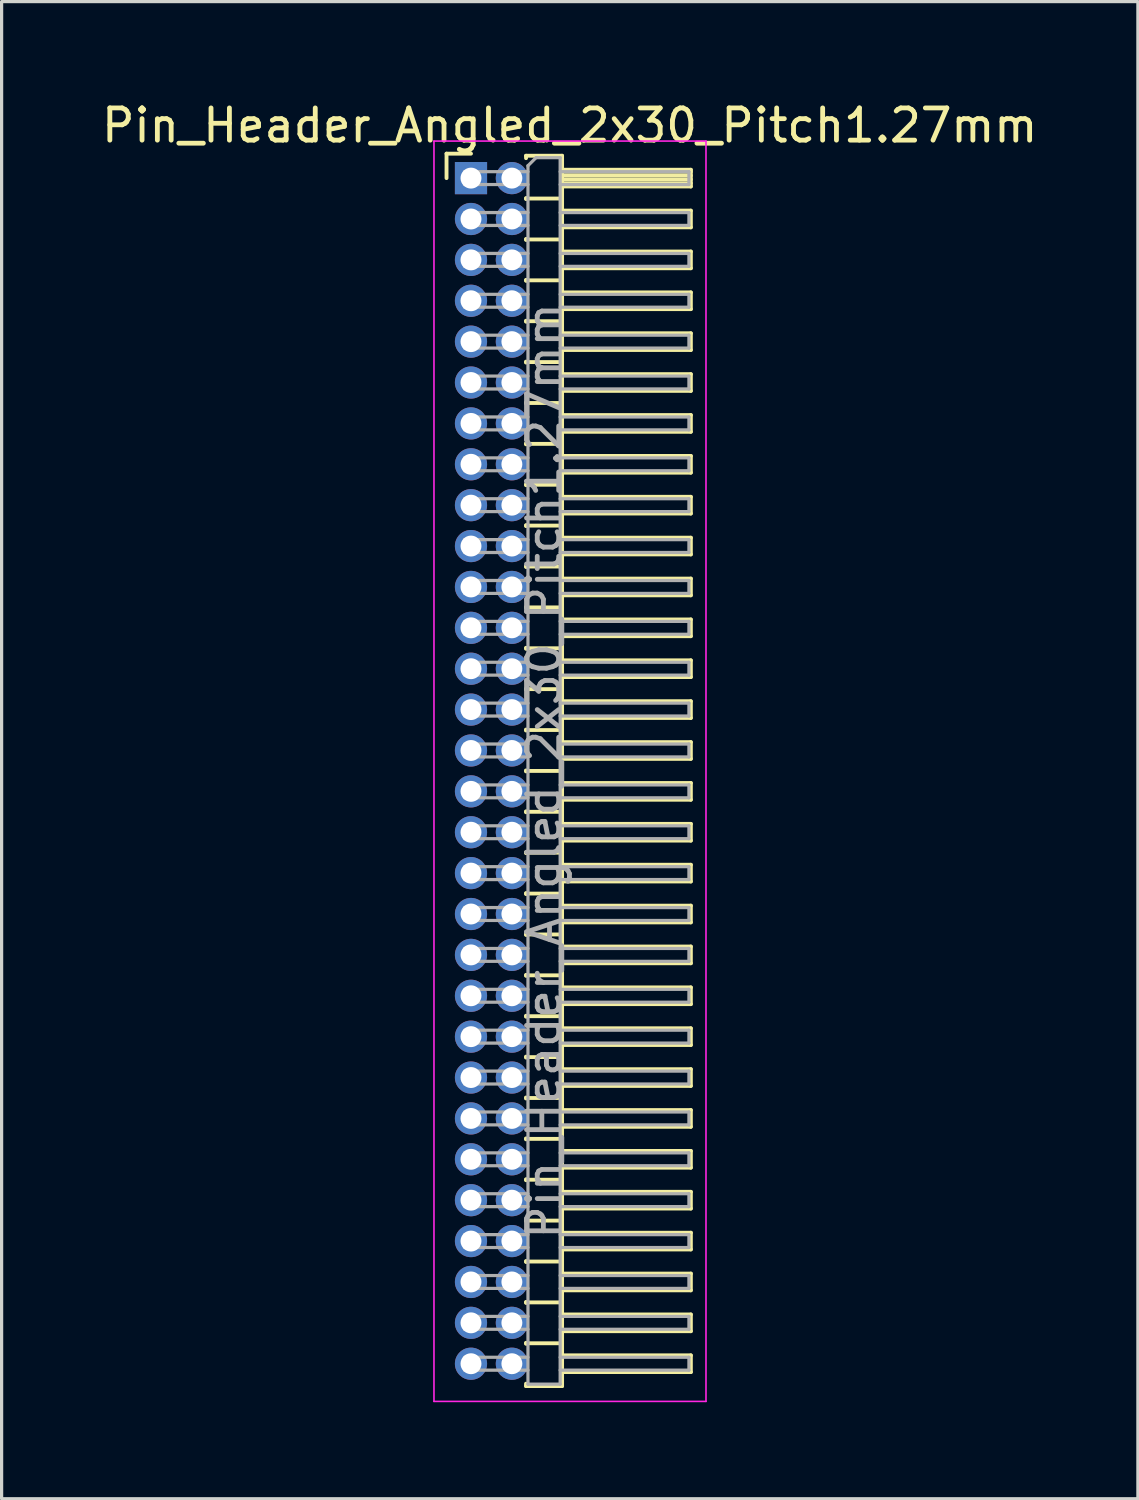
<source format=kicad_pcb>
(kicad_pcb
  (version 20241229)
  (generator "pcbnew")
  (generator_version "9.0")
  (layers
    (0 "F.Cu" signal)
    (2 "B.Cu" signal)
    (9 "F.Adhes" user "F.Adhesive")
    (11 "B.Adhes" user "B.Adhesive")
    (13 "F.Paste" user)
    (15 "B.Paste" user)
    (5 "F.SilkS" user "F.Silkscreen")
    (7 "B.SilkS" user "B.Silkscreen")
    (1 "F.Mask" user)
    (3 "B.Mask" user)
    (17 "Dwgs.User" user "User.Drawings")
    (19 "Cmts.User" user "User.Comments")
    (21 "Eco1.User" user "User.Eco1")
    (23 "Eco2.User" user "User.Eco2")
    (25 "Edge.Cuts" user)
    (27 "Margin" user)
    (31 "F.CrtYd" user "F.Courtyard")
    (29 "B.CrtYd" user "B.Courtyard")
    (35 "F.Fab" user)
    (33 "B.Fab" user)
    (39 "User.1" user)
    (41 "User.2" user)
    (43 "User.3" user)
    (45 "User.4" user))
  (footprint "Pin_Header_Angled_2x30_Pitch1.27mm"
    (layer "F.Cu")
    (at 11.581 2.483)
    (property "Reference" "Pin_Header_Angled_2x30_Pitch1.27mm" (at 3.067 -1.635 0) (layer "F.SilkS") (effects (font (size 1 1) (thickness 0.15))))
    (attr through_hole)
    (fp_line (start -0.76 -0.76) (end 0 -0.76) (stroke (width 0.12) (type solid)) (layer "F.SilkS"))
    (fp_line (start -0.76 0) (end -0.76 -0.76) (stroke (width 0.12) (type solid)) (layer "F.SilkS"))
    (fp_line (start 1.71 -0.695) (end 2.83 -0.695) (stroke (width 0.12) (type solid)) (layer "F.SilkS"))
    (fp_line (start 1.71 -0.62) (end 1.71 -0.695) (stroke (width 0.12) (type solid)) (layer "F.SilkS"))
    (fp_line (start 1.71 0.62) (end 1.71 0.65) (stroke (width 0.12) (type solid)) (layer "F.SilkS"))
    (fp_line (start 1.71 0.635) (end 2.83 0.635) (stroke (width 0.12) (type solid)) (layer "F.SilkS"))
    (fp_line (start 1.71 1.89) (end 1.71 1.92) (stroke (width 0.12) (type solid)) (layer "F.SilkS"))
    (fp_line (start 1.71 1.905) (end 2.83 1.905) (stroke (width 0.12) (type solid)) (layer "F.SilkS"))
    (fp_line (start 1.71 3.16) (end 1.71 3.19) (stroke (width 0.12) (type solid)) (layer "F.SilkS"))
    (fp_line (start 1.71 3.175) (end 2.83 3.175) (stroke (width 0.12) (type solid)) (layer "F.SilkS"))
    (fp_line (start 1.71 4.43) (end 1.71 4.46) (stroke (width 0.12) (type solid)) (layer "F.SilkS"))
    (fp_line (start 1.71 4.445) (end 2.83 4.445) (stroke (width 0.12) (type solid)) (layer "F.SilkS"))
    (fp_line (start 1.71 5.7) (end 1.71 5.73) (stroke (width 0.12) (type solid)) (layer "F.SilkS"))
    (fp_line (start 1.71 5.715) (end 2.83 5.715) (stroke (width 0.12) (type solid)) (layer "F.SilkS"))
    (fp_line (start 1.71 6.97) (end 1.71 7) (stroke (width 0.12) (type solid)) (layer "F.SilkS"))
    (fp_line (start 1.71 6.985) (end 2.83 6.985) (stroke (width 0.12) (type solid)) (layer "F.SilkS"))
    (fp_line (start 1.71 8.24) (end 1.71 8.27) (stroke (width 0.12) (type solid)) (layer "F.SilkS"))
    (fp_line (start 1.71 8.255) (end 2.83 8.255) (stroke (width 0.12) (type solid)) (layer "F.SilkS"))
    (fp_line (start 1.71 9.51) (end 1.71 9.54) (stroke (width 0.12) (type solid)) (layer "F.SilkS"))
    (fp_line (start 1.71 9.525) (end 2.83 9.525) (stroke (width 0.12) (type solid)) (layer "F.SilkS"))
    (fp_line (start 1.71 10.78) (end 1.71 10.81) (stroke (width 0.12) (type solid)) (layer "F.SilkS"))
    (fp_line (start 1.71 10.795) (end 2.83 10.795) (stroke (width 0.12) (type solid)) (layer "F.SilkS"))
    (fp_line (start 1.71 12.05) (end 1.71 12.08) (stroke (width 0.12) (type solid)) (layer "F.SilkS"))
    (fp_line (start 1.71 12.065) (end 2.83 12.065) (stroke (width 0.12) (type solid)) (layer "F.SilkS"))
    (fp_line (start 1.71 13.32) (end 1.71 13.35) (stroke (width 0.12) (type solid)) (layer "F.SilkS"))
    (fp_line (start 1.71 13.335) (end 2.83 13.335) (stroke (width 0.12) (type solid)) (layer "F.SilkS"))
    (fp_line (start 1.71 14.59) (end 1.71 14.62) (stroke (width 0.12) (type solid)) (layer "F.SilkS"))
    (fp_line (start 1.71 14.605) (end 2.83 14.605) (stroke (width 0.12) (type solid)) (layer "F.SilkS"))
    (fp_line (start 1.71 15.86) (end 1.71 15.89) (stroke (width 0.12) (type solid)) (layer "F.SilkS"))
    (fp_line (start 1.71 15.875) (end 2.83 15.875) (stroke (width 0.12) (type solid)) (layer "F.SilkS"))
    (fp_line (start 1.71 17.13) (end 1.71 17.16) (stroke (width 0.12) (type solid)) (layer "F.SilkS"))
    (fp_line (start 1.71 17.145) (end 2.83 17.145) (stroke (width 0.12) (type solid)) (layer "F.SilkS"))
    (fp_line (start 1.71 18.4) (end 1.71 18.43) (stroke (width 0.12) (type solid)) (layer "F.SilkS"))
    (fp_line (start 1.71 18.415) (end 2.83 18.415) (stroke (width 0.12) (type solid)) (layer "F.SilkS"))
    (fp_line (start 1.71 19.67) (end 1.71 19.7) (stroke (width 0.12) (type solid)) (layer "F.SilkS"))
    (fp_line (start 1.71 19.685) (end 2.83 19.685) (stroke (width 0.12) (type solid)) (layer "F.SilkS"))
    (fp_line (start 1.71 20.94) (end 1.71 20.97) (stroke (width 0.12) (type solid)) (layer "F.SilkS"))
    (fp_line (start 1.71 20.955) (end 2.83 20.955) (stroke (width 0.12) (type solid)) (layer "F.SilkS"))
    (fp_line (start 1.71 22.21) (end 1.71 22.24) (stroke (width 0.12) (type solid)) (layer "F.SilkS"))
    (fp_line (start 1.71 22.225) (end 2.83 22.225) (stroke (width 0.12) (type solid)) (layer "F.SilkS"))
    (fp_line (start 1.71 23.48) (end 1.71 23.51) (stroke (width 0.12) (type solid)) (layer "F.SilkS"))
    (fp_line (start 1.71 23.495) (end 2.83 23.495) (stroke (width 0.12) (type solid)) (layer "F.SilkS"))
    (fp_line (start 1.71 24.75) (end 1.71 24.78) (stroke (width 0.12) (type solid)) (layer "F.SilkS"))
    (fp_line (start 1.71 24.765) (end 2.83 24.765) (stroke (width 0.12) (type solid)) (layer "F.SilkS"))
    (fp_line (start 1.71 26.02) (end 1.71 26.05) (stroke (width 0.12) (type solid)) (layer "F.SilkS"))
    (fp_line (start 1.71 26.035) (end 2.83 26.035) (stroke (width 0.12) (type solid)) (layer "F.SilkS"))
    (fp_line (start 1.71 27.29) (end 1.71 27.32) (stroke (width 0.12) (type solid)) (layer "F.SilkS"))
    (fp_line (start 1.71 27.305) (end 2.83 27.305) (stroke (width 0.12) (type solid)) (layer "F.SilkS"))
    (fp_line (start 1.71 28.56) (end 1.71 28.59) (stroke (width 0.12) (type solid)) (layer "F.SilkS"))
    (fp_line (start 1.71 28.575) (end 2.83 28.575) (stroke (width 0.12) (type solid)) (layer "F.SilkS"))
    (fp_line (start 1.71 29.83) (end 1.71 29.86) (stroke (width 0.12) (type solid)) (layer "F.SilkS"))
    (fp_line (start 1.71 29.845) (end 2.83 29.845) (stroke (width 0.12) (type solid)) (layer "F.SilkS"))
    (fp_line (start 1.71 31.1) (end 1.71 31.13) (stroke (width 0.12) (type solid)) (layer "F.SilkS"))
    (fp_line (start 1.71 31.115) (end 2.83 31.115) (stroke (width 0.12) (type solid)) (layer "F.SilkS"))
    (fp_line (start 1.71 32.37) (end 1.71 32.4) (stroke (width 0.12) (type solid)) (layer "F.SilkS"))
    (fp_line (start 1.71 32.385) (end 2.83 32.385) (stroke (width 0.12) (type solid)) (layer "F.SilkS"))
    (fp_line (start 1.71 33.64) (end 1.71 33.67) (stroke (width 0.12) (type solid)) (layer "F.SilkS"))
    (fp_line (start 1.71 33.655) (end 2.83 33.655) (stroke (width 0.12) (type solid)) (layer "F.SilkS"))
    (fp_line (start 1.71 34.91) (end 1.71 34.94) (stroke (width 0.12) (type solid)) (layer "F.SilkS"))
    (fp_line (start 1.71 34.925) (end 2.83 34.925) (stroke (width 0.12) (type solid)) (layer "F.SilkS"))
    (fp_line (start 1.71 36.18) (end 1.71 36.21) (stroke (width 0.12) (type solid)) (layer "F.SilkS"))
    (fp_line (start 1.71 36.195) (end 2.83 36.195) (stroke (width 0.12) (type solid)) (layer "F.SilkS"))
    (fp_line (start 1.71 37.525) (end 1.71 37.45) (stroke (width 0.12) (type solid)) (layer "F.SilkS"))
    (fp_line (start 2.83 -0.695) (end 2.83 37.525) (stroke (width 0.12) (type solid)) (layer "F.SilkS"))
    (fp_line (start 2.83 -0.26) (end 6.83 -0.26) (stroke (width 0.12) (type solid)) (layer "F.SilkS"))
    (fp_line (start 2.83 -0.2) (end 6.83 -0.2) (stroke (width 0.12) (type solid)) (layer "F.SilkS"))
    (fp_line (start 2.83 -0.08) (end 6.83 -0.08) (stroke (width 0.12) (type solid)) (layer "F.SilkS"))
    (fp_line (start 2.83 0.04) (end 6.83 0.04) (stroke (width 0.12) (type solid)) (layer "F.SilkS"))
    (fp_line (start 2.83 0.16) (end 6.83 0.16) (stroke (width 0.12) (type solid)) (layer "F.SilkS"))
    (fp_line (start 2.83 1.01) (end 6.83 1.01) (stroke (width 0.12) (type solid)) (layer "F.SilkS"))
    (fp_line (start 2.83 2.28) (end 6.83 2.28) (stroke (width 0.12) (type solid)) (layer "F.SilkS"))
    (fp_line (start 2.83 3.55) (end 6.83 3.55) (stroke (width 0.12) (type solid)) (layer "F.SilkS"))
    (fp_line (start 2.83 4.82) (end 6.83 4.82) (stroke (width 0.12) (type solid)) (layer "F.SilkS"))
    (fp_line (start 2.83 6.09) (end 6.83 6.09) (stroke (width 0.12) (type solid)) (layer "F.SilkS"))
    (fp_line (start 2.83 7.36) (end 6.83 7.36) (stroke (width 0.12) (type solid)) (layer "F.SilkS"))
    (fp_line (start 2.83 8.63) (end 6.83 8.63) (stroke (width 0.12) (type solid)) (layer "F.SilkS"))
    (fp_line (start 2.83 9.9) (end 6.83 9.9) (stroke (width 0.12) (type solid)) (layer "F.SilkS"))
    (fp_line (start 2.83 11.17) (end 6.83 11.17) (stroke (width 0.12) (type solid)) (layer "F.SilkS"))
    (fp_line (start 2.83 12.44) (end 6.83 12.44) (stroke (width 0.12) (type solid)) (layer "F.SilkS"))
    (fp_line (start 2.83 13.71) (end 6.83 13.71) (stroke (width 0.12) (type solid)) (layer "F.SilkS"))
    (fp_line (start 2.83 14.98) (end 6.83 14.98) (stroke (width 0.12) (type solid)) (layer "F.SilkS"))
    (fp_line (start 2.83 16.25) (end 6.83 16.25) (stroke (width 0.12) (type solid)) (layer "F.SilkS"))
    (fp_line (start 2.83 17.52) (end 6.83 17.52) (stroke (width 0.12) (type solid)) (layer "F.SilkS"))
    (fp_line (start 2.83 18.79) (end 6.83 18.79) (stroke (width 0.12) (type solid)) (layer "F.SilkS"))
    (fp_line (start 2.83 20.06) (end 6.83 20.06) (stroke (width 0.12) (type solid)) (layer "F.SilkS"))
    (fp_line (start 2.83 21.33) (end 6.83 21.33) (stroke (width 0.12) (type solid)) (layer "F.SilkS"))
    (fp_line (start 2.83 22.6) (end 6.83 22.6) (stroke (width 0.12) (type solid)) (layer "F.SilkS"))
    (fp_line (start 2.83 23.87) (end 6.83 23.87) (stroke (width 0.12) (type solid)) (layer "F.SilkS"))
    (fp_line (start 2.83 25.14) (end 6.83 25.14) (stroke (width 0.12) (type solid)) (layer "F.SilkS"))
    (fp_line (start 2.83 26.41) (end 6.83 26.41) (stroke (width 0.12) (type solid)) (layer "F.SilkS"))
    (fp_line (start 2.83 27.68) (end 6.83 27.68) (stroke (width 0.12) (type solid)) (layer "F.SilkS"))
    (fp_line (start 2.83 28.95) (end 6.83 28.95) (stroke (width 0.12) (type solid)) (layer "F.SilkS"))
    (fp_line (start 2.83 30.22) (end 6.83 30.22) (stroke (width 0.12) (type solid)) (layer "F.SilkS"))
    (fp_line (start 2.83 31.49) (end 6.83 31.49) (stroke (width 0.12) (type solid)) (layer "F.SilkS"))
    (fp_line (start 2.83 32.76) (end 6.83 32.76) (stroke (width 0.12) (type solid)) (layer "F.SilkS"))
    (fp_line (start 2.83 34.03) (end 6.83 34.03) (stroke (width 0.12) (type solid)) (layer "F.SilkS"))
    (fp_line (start 2.83 35.3) (end 6.83 35.3) (stroke (width 0.12) (type solid)) (layer "F.SilkS"))
    (fp_line (start 2.83 36.57) (end 6.83 36.57) (stroke (width 0.12) (type solid)) (layer "F.SilkS"))
    (fp_line (start 2.83 37.525) (end 1.71 37.525) (stroke (width 0.12) (type solid)) (layer "F.SilkS"))
    (fp_line (start 6.83 -0.26) (end 6.83 0.26) (stroke (width 0.12) (type solid)) (layer "F.SilkS"))
    (fp_line (start 6.83 0.26) (end 2.83 0.26) (stroke (width 0.12) (type solid)) (layer "F.SilkS"))
    (fp_line (start 6.83 1.01) (end 6.83 1.53) (stroke (width 0.12) (type solid)) (layer "F.SilkS"))
    (fp_line (start 6.83 1.53) (end 2.83 1.53) (stroke (width 0.12) (type solid)) (layer "F.SilkS"))
    (fp_line (start 6.83 2.28) (end 6.83 2.8) (stroke (width 0.12) (type solid)) (layer "F.SilkS"))
    (fp_line (start 6.83 2.8) (end 2.83 2.8) (stroke (width 0.12) (type solid)) (layer "F.SilkS"))
    (fp_line (start 6.83 3.55) (end 6.83 4.07) (stroke (width 0.12) (type solid)) (layer "F.SilkS"))
    (fp_line (start 6.83 4.07) (end 2.83 4.07) (stroke (width 0.12) (type solid)) (layer "F.SilkS"))
    (fp_line (start 6.83 4.82) (end 6.83 5.34) (stroke (width 0.12) (type solid)) (layer "F.SilkS"))
    (fp_line (start 6.83 5.34) (end 2.83 5.34) (stroke (width 0.12) (type solid)) (layer "F.SilkS"))
    (fp_line (start 6.83 6.09) (end 6.83 6.61) (stroke (width 0.12) (type solid)) (layer "F.SilkS"))
    (fp_line (start 6.83 6.61) (end 2.83 6.61) (stroke (width 0.12) (type solid)) (layer "F.SilkS"))
    (fp_line (start 6.83 7.36) (end 6.83 7.88) (stroke (width 0.12) (type solid)) (layer "F.SilkS"))
    (fp_line (start 6.83 7.88) (end 2.83 7.88) (stroke (width 0.12) (type solid)) (layer "F.SilkS"))
    (fp_line (start 6.83 8.63) (end 6.83 9.15) (stroke (width 0.12) (type solid)) (layer "F.SilkS"))
    (fp_line (start 6.83 9.15) (end 2.83 9.15) (stroke (width 0.12) (type solid)) (layer "F.SilkS"))
    (fp_line (start 6.83 9.9) (end 6.83 10.42) (stroke (width 0.12) (type solid)) (layer "F.SilkS"))
    (fp_line (start 6.83 10.42) (end 2.83 10.42) (stroke (width 0.12) (type solid)) (layer "F.SilkS"))
    (fp_line (start 6.83 11.17) (end 6.83 11.69) (stroke (width 0.12) (type solid)) (layer "F.SilkS"))
    (fp_line (start 6.83 11.69) (end 2.83 11.69) (stroke (width 0.12) (type solid)) (layer "F.SilkS"))
    (fp_line (start 6.83 12.44) (end 6.83 12.96) (stroke (width 0.12) (type solid)) (layer "F.SilkS"))
    (fp_line (start 6.83 12.96) (end 2.83 12.96) (stroke (width 0.12) (type solid)) (layer "F.SilkS"))
    (fp_line (start 6.83 13.71) (end 6.83 14.23) (stroke (width 0.12) (type solid)) (layer "F.SilkS"))
    (fp_line (start 6.83 14.23) (end 2.83 14.23) (stroke (width 0.12) (type solid)) (layer "F.SilkS"))
    (fp_line (start 6.83 14.98) (end 6.83 15.5) (stroke (width 0.12) (type solid)) (layer "F.SilkS"))
    (fp_line (start 6.83 15.5) (end 2.83 15.5) (stroke (width 0.12) (type solid)) (layer "F.SilkS"))
    (fp_line (start 6.83 16.25) (end 6.83 16.77) (stroke (width 0.12) (type solid)) (layer "F.SilkS"))
    (fp_line (start 6.83 16.77) (end 2.83 16.77) (stroke (width 0.12) (type solid)) (layer "F.SilkS"))
    (fp_line (start 6.83 17.52) (end 6.83 18.04) (stroke (width 0.12) (type solid)) (layer "F.SilkS"))
    (fp_line (start 6.83 18.04) (end 2.83 18.04) (stroke (width 0.12) (type solid)) (layer "F.SilkS"))
    (fp_line (start 6.83 18.79) (end 6.83 19.31) (stroke (width 0.12) (type solid)) (layer "F.SilkS"))
    (fp_line (start 6.83 19.31) (end 2.83 19.31) (stroke (width 0.12) (type solid)) (layer "F.SilkS"))
    (fp_line (start 6.83 20.06) (end 6.83 20.58) (stroke (width 0.12) (type solid)) (layer "F.SilkS"))
    (fp_line (start 6.83 20.58) (end 2.83 20.58) (stroke (width 0.12) (type solid)) (layer "F.SilkS"))
    (fp_line (start 6.83 21.33) (end 6.83 21.85) (stroke (width 0.12) (type solid)) (layer "F.SilkS"))
    (fp_line (start 6.83 21.85) (end 2.83 21.85) (stroke (width 0.12) (type solid)) (layer "F.SilkS"))
    (fp_line (start 6.83 22.6) (end 6.83 23.12) (stroke (width 0.12) (type solid)) (layer "F.SilkS"))
    (fp_line (start 6.83 23.12) (end 2.83 23.12) (stroke (width 0.12) (type solid)) (layer "F.SilkS"))
    (fp_line (start 6.83 23.87) (end 6.83 24.39) (stroke (width 0.12) (type solid)) (layer "F.SilkS"))
    (fp_line (start 6.83 24.39) (end 2.83 24.39) (stroke (width 0.12) (type solid)) (layer "F.SilkS"))
    (fp_line (start 6.83 25.14) (end 6.83 25.66) (stroke (width 0.12) (type solid)) (layer "F.SilkS"))
    (fp_line (start 6.83 25.66) (end 2.83 25.66) (stroke (width 0.12) (type solid)) (layer "F.SilkS"))
    (fp_line (start 6.83 26.41) (end 6.83 26.93) (stroke (width 0.12) (type solid)) (layer "F.SilkS"))
    (fp_line (start 6.83 26.93) (end 2.83 26.93) (stroke (width 0.12) (type solid)) (layer "F.SilkS"))
    (fp_line (start 6.83 27.68) (end 6.83 28.2) (stroke (width 0.12) (type solid)) (layer "F.SilkS"))
    (fp_line (start 6.83 28.2) (end 2.83 28.2) (stroke (width 0.12) (type solid)) (layer "F.SilkS"))
    (fp_line (start 6.83 28.95) (end 6.83 29.47) (stroke (width 0.12) (type solid)) (layer "F.SilkS"))
    (fp_line (start 6.83 29.47) (end 2.83 29.47) (stroke (width 0.12) (type solid)) (layer "F.SilkS"))
    (fp_line (start 6.83 30.22) (end 6.83 30.74) (stroke (width 0.12) (type solid)) (layer "F.SilkS"))
    (fp_line (start 6.83 30.74) (end 2.83 30.74) (stroke (width 0.12) (type solid)) (layer "F.SilkS"))
    (fp_line (start 6.83 31.49) (end 6.83 32.01) (stroke (width 0.12) (type solid)) (layer "F.SilkS"))
    (fp_line (start 6.83 32.01) (end 2.83 32.01) (stroke (width 0.12) (type solid)) (layer "F.SilkS"))
    (fp_line (start 6.83 32.76) (end 6.83 33.28) (stroke (width 0.12) (type solid)) (layer "F.SilkS"))
    (fp_line (start 6.83 33.28) (end 2.83 33.28) (stroke (width 0.12) (type solid)) (layer "F.SilkS"))
    (fp_line (start 6.83 34.03) (end 6.83 34.55) (stroke (width 0.12) (type solid)) (layer "F.SilkS"))
    (fp_line (start 6.83 34.55) (end 2.83 34.55) (stroke (width 0.12) (type solid)) (layer "F.SilkS"))
    (fp_line (start 6.83 35.3) (end 6.83 35.82) (stroke (width 0.12) (type solid)) (layer "F.SilkS"))
    (fp_line (start 6.83 35.82) (end 2.83 35.82) (stroke (width 0.12) (type solid)) (layer "F.SilkS"))
    (fp_line (start 6.83 36.57) (end 6.83 37.09) (stroke (width 0.12) (type solid)) (layer "F.SilkS"))
    (fp_line (start 6.83 37.09) (end 2.83 37.09) (stroke (width 0.12) (type solid)) (layer "F.SilkS"))
    (fp_line (start -1.15 -1.15) (end -1.15 38) (stroke (width 0.05) (type solid)) (layer "F.CrtYd"))
    (fp_line (start -1.15 38) (end 7.3 38) (stroke (width 0.05) (type solid)) (layer "F.CrtYd"))
    (fp_line (start 7.3 -1.15) (end -1.15 -1.15) (stroke (width 0.05) (type solid)) (layer "F.CrtYd"))
    (fp_line (start 7.3 38) (end 7.3 -1.15) (stroke (width 0.05) (type solid)) (layer "F.CrtYd"))
    (fp_line (start -0.2 -0.2) (end -0.2 0.2) (stroke (width 0.1) (type solid)) (layer "F.Fab"))
    (fp_line (start -0.2 -0.2) (end 1.77 -0.2) (stroke (width 0.1) (type solid)) (layer "F.Fab"))
    (fp_line (start -0.2 0.2) (end 1.77 0.2) (stroke (width 0.1) (type solid)) (layer "F.Fab"))
    (fp_line (start -0.2 1.07) (end -0.2 1.47) (stroke (width 0.1) (type solid)) (layer "F.Fab"))
    (fp_line (start -0.2 1.07) (end 1.77 1.07) (stroke (width 0.1) (type solid)) (layer "F.Fab"))
    (fp_line (start -0.2 1.47) (end 1.77 1.47) (stroke (width 0.1) (type solid)) (layer "F.Fab"))
    (fp_line (start -0.2 2.34) (end -0.2 2.74) (stroke (width 0.1) (type solid)) (layer "F.Fab"))
    (fp_line (start -0.2 2.34) (end 1.77 2.34) (stroke (width 0.1) (type solid)) (layer "F.Fab"))
    (fp_line (start -0.2 2.74) (end 1.77 2.74) (stroke (width 0.1) (type solid)) (layer "F.Fab"))
    (fp_line (start -0.2 3.61) (end -0.2 4.01) (stroke (width 0.1) (type solid)) (layer "F.Fab"))
    (fp_line (start -0.2 3.61) (end 1.77 3.61) (stroke (width 0.1) (type solid)) (layer "F.Fab"))
    (fp_line (start -0.2 4.01) (end 1.77 4.01) (stroke (width 0.1) (type solid)) (layer "F.Fab"))
    (fp_line (start -0.2 4.88) (end -0.2 5.28) (stroke (width 0.1) (type solid)) (layer "F.Fab"))
    (fp_line (start -0.2 4.88) (end 1.77 4.88) (stroke (width 0.1) (type solid)) (layer "F.Fab"))
    (fp_line (start -0.2 5.28) (end 1.77 5.28) (stroke (width 0.1) (type solid)) (layer "F.Fab"))
    (fp_line (start -0.2 6.15) (end -0.2 6.55) (stroke (width 0.1) (type solid)) (layer "F.Fab"))
    (fp_line (start -0.2 6.15) (end 1.77 6.15) (stroke (width 0.1) (type solid)) (layer "F.Fab"))
    (fp_line (start -0.2 6.55) (end 1.77 6.55) (stroke (width 0.1) (type solid)) (layer "F.Fab"))
    (fp_line (start -0.2 7.42) (end -0.2 7.82) (stroke (width 0.1) (type solid)) (layer "F.Fab"))
    (fp_line (start -0.2 7.42) (end 1.77 7.42) (stroke (width 0.1) (type solid)) (layer "F.Fab"))
    (fp_line (start -0.2 7.82) (end 1.77 7.82) (stroke (width 0.1) (type solid)) (layer "F.Fab"))
    (fp_line (start -0.2 8.69) (end -0.2 9.09) (stroke (width 0.1) (type solid)) (layer "F.Fab"))
    (fp_line (start -0.2 8.69) (end 1.77 8.69) (stroke (width 0.1) (type solid)) (layer "F.Fab"))
    (fp_line (start -0.2 9.09) (end 1.77 9.09) (stroke (width 0.1) (type solid)) (layer "F.Fab"))
    (fp_line (start -0.2 9.96) (end -0.2 10.36) (stroke (width 0.1) (type solid)) (layer "F.Fab"))
    (fp_line (start -0.2 9.96) (end 1.77 9.96) (stroke (width 0.1) (type solid)) (layer "F.Fab"))
    (fp_line (start -0.2 10.36) (end 1.77 10.36) (stroke (width 0.1) (type solid)) (layer "F.Fab"))
    (fp_line (start -0.2 11.23) (end -0.2 11.63) (stroke (width 0.1) (type solid)) (layer "F.Fab"))
    (fp_line (start -0.2 11.23) (end 1.77 11.23) (stroke (width 0.1) (type solid)) (layer "F.Fab"))
    (fp_line (start -0.2 11.63) (end 1.77 11.63) (stroke (width 0.1) (type solid)) (layer "F.Fab"))
    (fp_line (start -0.2 12.5) (end -0.2 12.9) (stroke (width 0.1) (type solid)) (layer "F.Fab"))
    (fp_line (start -0.2 12.5) (end 1.77 12.5) (stroke (width 0.1) (type solid)) (layer "F.Fab"))
    (fp_line (start -0.2 12.9) (end 1.77 12.9) (stroke (width 0.1) (type solid)) (layer "F.Fab"))
    (fp_line (start -0.2 13.77) (end -0.2 14.17) (stroke (width 0.1) (type solid)) (layer "F.Fab"))
    (fp_line (start -0.2 13.77) (end 1.77 13.77) (stroke (width 0.1) (type solid)) (layer "F.Fab"))
    (fp_line (start -0.2 14.17) (end 1.77 14.17) (stroke (width 0.1) (type solid)) (layer "F.Fab"))
    (fp_line (start -0.2 15.04) (end -0.2 15.44) (stroke (width 0.1) (type solid)) (layer "F.Fab"))
    (fp_line (start -0.2 15.04) (end 1.77 15.04) (stroke (width 0.1) (type solid)) (layer "F.Fab"))
    (fp_line (start -0.2 15.44) (end 1.77 15.44) (stroke (width 0.1) (type solid)) (layer "F.Fab"))
    (fp_line (start -0.2 16.31) (end -0.2 16.71) (stroke (width 0.1) (type solid)) (layer "F.Fab"))
    (fp_line (start -0.2 16.31) (end 1.77 16.31) (stroke (width 0.1) (type solid)) (layer "F.Fab"))
    (fp_line (start -0.2 16.71) (end 1.77 16.71) (stroke (width 0.1) (type solid)) (layer "F.Fab"))
    (fp_line (start -0.2 17.58) (end -0.2 17.98) (stroke (width 0.1) (type solid)) (layer "F.Fab"))
    (fp_line (start -0.2 17.58) (end 1.77 17.58) (stroke (width 0.1) (type solid)) (layer "F.Fab"))
    (fp_line (start -0.2 17.98) (end 1.77 17.98) (stroke (width 0.1) (type solid)) (layer "F.Fab"))
    (fp_line (start -0.2 18.85) (end -0.2 19.25) (stroke (width 0.1) (type solid)) (layer "F.Fab"))
    (fp_line (start -0.2 18.85) (end 1.77 18.85) (stroke (width 0.1) (type solid)) (layer "F.Fab"))
    (fp_line (start -0.2 19.25) (end 1.77 19.25) (stroke (width 0.1) (type solid)) (layer "F.Fab"))
    (fp_line (start -0.2 20.12) (end -0.2 20.52) (stroke (width 0.1) (type solid)) (layer "F.Fab"))
    (fp_line (start -0.2 20.12) (end 1.77 20.12) (stroke (width 0.1) (type solid)) (layer "F.Fab"))
    (fp_line (start -0.2 20.52) (end 1.77 20.52) (stroke (width 0.1) (type solid)) (layer "F.Fab"))
    (fp_line (start -0.2 21.39) (end -0.2 21.79) (stroke (width 0.1) (type solid)) (layer "F.Fab"))
    (fp_line (start -0.2 21.39) (end 1.77 21.39) (stroke (width 0.1) (type solid)) (layer "F.Fab"))
    (fp_line (start -0.2 21.79) (end 1.77 21.79) (stroke (width 0.1) (type solid)) (layer "F.Fab"))
    (fp_line (start -0.2 22.66) (end -0.2 23.06) (stroke (width 0.1) (type solid)) (layer "F.Fab"))
    (fp_line (start -0.2 22.66) (end 1.77 22.66) (stroke (width 0.1) (type solid)) (layer "F.Fab"))
    (fp_line (start -0.2 23.06) (end 1.77 23.06) (stroke (width 0.1) (type solid)) (layer "F.Fab"))
    (fp_line (start -0.2 23.93) (end -0.2 24.33) (stroke (width 0.1) (type solid)) (layer "F.Fab"))
    (fp_line (start -0.2 23.93) (end 1.77 23.93) (stroke (width 0.1) (type solid)) (layer "F.Fab"))
    (fp_line (start -0.2 24.33) (end 1.77 24.33) (stroke (width 0.1) (type solid)) (layer "F.Fab"))
    (fp_line (start -0.2 25.2) (end -0.2 25.6) (stroke (width 0.1) (type solid)) (layer "F.Fab"))
    (fp_line (start -0.2 25.2) (end 1.77 25.2) (stroke (width 0.1) (type solid)) (layer "F.Fab"))
    (fp_line (start -0.2 25.6) (end 1.77 25.6) (stroke (width 0.1) (type solid)) (layer "F.Fab"))
    (fp_line (start -0.2 26.47) (end -0.2 26.87) (stroke (width 0.1) (type solid)) (layer "F.Fab"))
    (fp_line (start -0.2 26.47) (end 1.77 26.47) (stroke (width 0.1) (type solid)) (layer "F.Fab"))
    (fp_line (start -0.2 26.87) (end 1.77 26.87) (stroke (width 0.1) (type solid)) (layer "F.Fab"))
    (fp_line (start -0.2 27.74) (end -0.2 28.14) (stroke (width 0.1) (type solid)) (layer "F.Fab"))
    (fp_line (start -0.2 27.74) (end 1.77 27.74) (stroke (width 0.1) (type solid)) (layer "F.Fab"))
    (fp_line (start -0.2 28.14) (end 1.77 28.14) (stroke (width 0.1) (type solid)) (layer "F.Fab"))
    (fp_line (start -0.2 29.01) (end -0.2 29.41) (stroke (width 0.1) (type solid)) (layer "F.Fab"))
    (fp_line (start -0.2 29.01) (end 1.77 29.01) (stroke (width 0.1) (type solid)) (layer "F.Fab"))
    (fp_line (start -0.2 29.41) (end 1.77 29.41) (stroke (width 0.1) (type solid)) (layer "F.Fab"))
    (fp_line (start -0.2 30.28) (end -0.2 30.68) (stroke (width 0.1) (type solid)) (layer "F.Fab"))
    (fp_line (start -0.2 30.28) (end 1.77 30.28) (stroke (width 0.1) (type solid)) (layer "F.Fab"))
    (fp_line (start -0.2 30.68) (end 1.77 30.68) (stroke (width 0.1) (type solid)) (layer "F.Fab"))
    (fp_line (start -0.2 31.55) (end -0.2 31.95) (stroke (width 0.1) (type solid)) (layer "F.Fab"))
    (fp_line (start -0.2 31.55) (end 1.77 31.55) (stroke (width 0.1) (type solid)) (layer "F.Fab"))
    (fp_line (start -0.2 31.95) (end 1.77 31.95) (stroke (width 0.1) (type solid)) (layer "F.Fab"))
    (fp_line (start -0.2 32.82) (end -0.2 33.22) (stroke (width 0.1) (type solid)) (layer "F.Fab"))
    (fp_line (start -0.2 32.82) (end 1.77 32.82) (stroke (width 0.1) (type solid)) (layer "F.Fab"))
    (fp_line (start -0.2 33.22) (end 1.77 33.22) (stroke (width 0.1) (type solid)) (layer "F.Fab"))
    (fp_line (start -0.2 34.09) (end -0.2 34.49) (stroke (width 0.1) (type solid)) (layer "F.Fab"))
    (fp_line (start -0.2 34.09) (end 1.77 34.09) (stroke (width 0.1) (type solid)) (layer "F.Fab"))
    (fp_line (start -0.2 34.49) (end 1.77 34.49) (stroke (width 0.1) (type solid)) (layer "F.Fab"))
    (fp_line (start -0.2 35.36) (end -0.2 35.76) (stroke (width 0.1) (type solid)) (layer "F.Fab"))
    (fp_line (start -0.2 35.36) (end 1.77 35.36) (stroke (width 0.1) (type solid)) (layer "F.Fab"))
    (fp_line (start -0.2 35.76) (end 1.77 35.76) (stroke (width 0.1) (type solid)) (layer "F.Fab"))
    (fp_line (start -0.2 36.63) (end -0.2 37.03) (stroke (width 0.1) (type solid)) (layer "F.Fab"))
    (fp_line (start -0.2 36.63) (end 1.77 36.63) (stroke (width 0.1) (type solid)) (layer "F.Fab"))
    (fp_line (start -0.2 37.03) (end 1.77 37.03) (stroke (width 0.1) (type solid)) (layer "F.Fab"))
    (fp_line (start 1.77 -0.385) (end 2.02 -0.635) (stroke (width 0.1) (type solid)) (layer "F.Fab"))
    (fp_line (start 1.77 37.465) (end 1.77 -0.385) (stroke (width 0.1) (type solid)) (layer "F.Fab"))
    (fp_line (start 2.02 -0.635) (end 2.77 -0.635) (stroke (width 0.1) (type solid)) (layer "F.Fab"))
    (fp_line (start 2.77 -0.635) (end 2.77 37.465) (stroke (width 0.1) (type solid)) (layer "F.Fab"))
    (fp_line (start 2.77 -0.2) (end 6.77 -0.2) (stroke (width 0.1) (type solid)) (layer "F.Fab"))
    (fp_line (start 2.77 0.2) (end 6.77 0.2) (stroke (width 0.1) (type solid)) (layer "F.Fab"))
    (fp_line (start 2.77 1.07) (end 6.77 1.07) (stroke (width 0.1) (type solid)) (layer "F.Fab"))
    (fp_line (start 2.77 1.47) (end 6.77 1.47) (stroke (width 0.1) (type solid)) (layer "F.Fab"))
    (fp_line (start 2.77 2.34) (end 6.77 2.34) (stroke (width 0.1) (type solid)) (layer "F.Fab"))
    (fp_line (start 2.77 2.74) (end 6.77 2.74) (stroke (width 0.1) (type solid)) (layer "F.Fab"))
    (fp_line (start 2.77 3.61) (end 6.77 3.61) (stroke (width 0.1) (type solid)) (layer "F.Fab"))
    (fp_line (start 2.77 4.01) (end 6.77 4.01) (stroke (width 0.1) (type solid)) (layer "F.Fab"))
    (fp_line (start 2.77 4.88) (end 6.77 4.88) (stroke (width 0.1) (type solid)) (layer "F.Fab"))
    (fp_line (start 2.77 5.28) (end 6.77 5.28) (stroke (width 0.1) (type solid)) (layer "F.Fab"))
    (fp_line (start 2.77 6.15) (end 6.77 6.15) (stroke (width 0.1) (type solid)) (layer "F.Fab"))
    (fp_line (start 2.77 6.55) (end 6.77 6.55) (stroke (width 0.1) (type solid)) (layer "F.Fab"))
    (fp_line (start 2.77 7.42) (end 6.77 7.42) (stroke (width 0.1) (type solid)) (layer "F.Fab"))
    (fp_line (start 2.77 7.82) (end 6.77 7.82) (stroke (width 0.1) (type solid)) (layer "F.Fab"))
    (fp_line (start 2.77 8.69) (end 6.77 8.69) (stroke (width 0.1) (type solid)) (layer "F.Fab"))
    (fp_line (start 2.77 9.09) (end 6.77 9.09) (stroke (width 0.1) (type solid)) (layer "F.Fab"))
    (fp_line (start 2.77 9.96) (end 6.77 9.96) (stroke (width 0.1) (type solid)) (layer "F.Fab"))
    (fp_line (start 2.77 10.36) (end 6.77 10.36) (stroke (width 0.1) (type solid)) (layer "F.Fab"))
    (fp_line (start 2.77 11.23) (end 6.77 11.23) (stroke (width 0.1) (type solid)) (layer "F.Fab"))
    (fp_line (start 2.77 11.63) (end 6.77 11.63) (stroke (width 0.1) (type solid)) (layer "F.Fab"))
    (fp_line (start 2.77 12.5) (end 6.77 12.5) (stroke (width 0.1) (type solid)) (layer "F.Fab"))
    (fp_line (start 2.77 12.9) (end 6.77 12.9) (stroke (width 0.1) (type solid)) (layer "F.Fab"))
    (fp_line (start 2.77 13.77) (end 6.77 13.77) (stroke (width 0.1) (type solid)) (layer "F.Fab"))
    (fp_line (start 2.77 14.17) (end 6.77 14.17) (stroke (width 0.1) (type solid)) (layer "F.Fab"))
    (fp_line (start 2.77 15.04) (end 6.77 15.04) (stroke (width 0.1) (type solid)) (layer "F.Fab"))
    (fp_line (start 2.77 15.44) (end 6.77 15.44) (stroke (width 0.1) (type solid)) (layer "F.Fab"))
    (fp_line (start 2.77 16.31) (end 6.77 16.31) (stroke (width 0.1) (type solid)) (layer "F.Fab"))
    (fp_line (start 2.77 16.71) (end 6.77 16.71) (stroke (width 0.1) (type solid)) (layer "F.Fab"))
    (fp_line (start 2.77 17.58) (end 6.77 17.58) (stroke (width 0.1) (type solid)) (layer "F.Fab"))
    (fp_line (start 2.77 17.98) (end 6.77 17.98) (stroke (width 0.1) (type solid)) (layer "F.Fab"))
    (fp_line (start 2.77 18.85) (end 6.77 18.85) (stroke (width 0.1) (type solid)) (layer "F.Fab"))
    (fp_line (start 2.77 19.25) (end 6.77 19.25) (stroke (width 0.1) (type solid)) (layer "F.Fab"))
    (fp_line (start 2.77 20.12) (end 6.77 20.12) (stroke (width 0.1) (type solid)) (layer "F.Fab"))
    (fp_line (start 2.77 20.52) (end 6.77 20.52) (stroke (width 0.1) (type solid)) (layer "F.Fab"))
    (fp_line (start 2.77 21.39) (end 6.77 21.39) (stroke (width 0.1) (type solid)) (layer "F.Fab"))
    (fp_line (start 2.77 21.79) (end 6.77 21.79) (stroke (width 0.1) (type solid)) (layer "F.Fab"))
    (fp_line (start 2.77 22.66) (end 6.77 22.66) (stroke (width 0.1) (type solid)) (layer "F.Fab"))
    (fp_line (start 2.77 23.06) (end 6.77 23.06) (stroke (width 0.1) (type solid)) (layer "F.Fab"))
    (fp_line (start 2.77 23.93) (end 6.77 23.93) (stroke (width 0.1) (type solid)) (layer "F.Fab"))
    (fp_line (start 2.77 24.33) (end 6.77 24.33) (stroke (width 0.1) (type solid)) (layer "F.Fab"))
    (fp_line (start 2.77 25.2) (end 6.77 25.2) (stroke (width 0.1) (type solid)) (layer "F.Fab"))
    (fp_line (start 2.77 25.6) (end 6.77 25.6) (stroke (width 0.1) (type solid)) (layer "F.Fab"))
    (fp_line (start 2.77 26.47) (end 6.77 26.47) (stroke (width 0.1) (type solid)) (layer "F.Fab"))
    (fp_line (start 2.77 26.87) (end 6.77 26.87) (stroke (width 0.1) (type solid)) (layer "F.Fab"))
    (fp_line (start 2.77 27.74) (end 6.77 27.74) (stroke (width 0.1) (type solid)) (layer "F.Fab"))
    (fp_line (start 2.77 28.14) (end 6.77 28.14) (stroke (width 0.1) (type solid)) (layer "F.Fab"))
    (fp_line (start 2.77 29.01) (end 6.77 29.01) (stroke (width 0.1) (type solid)) (layer "F.Fab"))
    (fp_line (start 2.77 29.41) (end 6.77 29.41) (stroke (width 0.1) (type solid)) (layer "F.Fab"))
    (fp_line (start 2.77 30.28) (end 6.77 30.28) (stroke (width 0.1) (type solid)) (layer "F.Fab"))
    (fp_line (start 2.77 30.68) (end 6.77 30.68) (stroke (width 0.1) (type solid)) (layer "F.Fab"))
    (fp_line (start 2.77 31.55) (end 6.77 31.55) (stroke (width 0.1) (type solid)) (layer "F.Fab"))
    (fp_line (start 2.77 31.95) (end 6.77 31.95) (stroke (width 0.1) (type solid)) (layer "F.Fab"))
    (fp_line (start 2.77 32.82) (end 6.77 32.82) (stroke (width 0.1) (type solid)) (layer "F.Fab"))
    (fp_line (start 2.77 33.22) (end 6.77 33.22) (stroke (width 0.1) (type solid)) (layer "F.Fab"))
    (fp_line (start 2.77 34.09) (end 6.77 34.09) (stroke (width 0.1) (type solid)) (layer "F.Fab"))
    (fp_line (start 2.77 34.49) (end 6.77 34.49) (stroke (width 0.1) (type solid)) (layer "F.Fab"))
    (fp_line (start 2.77 35.36) (end 6.77 35.36) (stroke (width 0.1) (type solid)) (layer "F.Fab"))
    (fp_line (start 2.77 35.76) (end 6.77 35.76) (stroke (width 0.1) (type solid)) (layer "F.Fab"))
    (fp_line (start 2.77 36.63) (end 6.77 36.63) (stroke (width 0.1) (type solid)) (layer "F.Fab"))
    (fp_line (start 2.77 37.03) (end 6.77 37.03) (stroke (width 0.1) (type solid)) (layer "F.Fab"))
    (fp_line (start 2.77 37.465) (end 1.77 37.465) (stroke (width 0.1) (type solid)) (layer "F.Fab"))
    (fp_line (start 6.77 -0.2) (end 6.77 0.2) (stroke (width 0.1) (type solid)) (layer "F.Fab"))
    (fp_line (start 6.77 1.07) (end 6.77 1.47) (stroke (width 0.1) (type solid)) (layer "F.Fab"))
    (fp_line (start 6.77 2.34) (end 6.77 2.74) (stroke (width 0.1) (type solid)) (layer "F.Fab"))
    (fp_line (start 6.77 3.61) (end 6.77 4.01) (stroke (width 0.1) (type solid)) (layer "F.Fab"))
    (fp_line (start 6.77 4.88) (end 6.77 5.28) (stroke (width 0.1) (type solid)) (layer "F.Fab"))
    (fp_line (start 6.77 6.15) (end 6.77 6.55) (stroke (width 0.1) (type solid)) (layer "F.Fab"))
    (fp_line (start 6.77 7.42) (end 6.77 7.82) (stroke (width 0.1) (type solid)) (layer "F.Fab"))
    (fp_line (start 6.77 8.69) (end 6.77 9.09) (stroke (width 0.1) (type solid)) (layer "F.Fab"))
    (fp_line (start 6.77 9.96) (end 6.77 10.36) (stroke (width 0.1) (type solid)) (layer "F.Fab"))
    (fp_line (start 6.77 11.23) (end 6.77 11.63) (stroke (width 0.1) (type solid)) (layer "F.Fab"))
    (fp_line (start 6.77 12.5) (end 6.77 12.9) (stroke (width 0.1) (type solid)) (layer "F.Fab"))
    (fp_line (start 6.77 13.77) (end 6.77 14.17) (stroke (width 0.1) (type solid)) (layer "F.Fab"))
    (fp_line (start 6.77 15.04) (end 6.77 15.44) (stroke (width 0.1) (type solid)) (layer "F.Fab"))
    (fp_line (start 6.77 16.31) (end 6.77 16.71) (stroke (width 0.1) (type solid)) (layer "F.Fab"))
    (fp_line (start 6.77 17.58) (end 6.77 17.98) (stroke (width 0.1) (type solid)) (layer "F.Fab"))
    (fp_line (start 6.77 18.85) (end 6.77 19.25) (stroke (width 0.1) (type solid)) (layer "F.Fab"))
    (fp_line (start 6.77 20.12) (end 6.77 20.52) (stroke (width 0.1) (type solid)) (layer "F.Fab"))
    (fp_line (start 6.77 21.39) (end 6.77 21.79) (stroke (width 0.1) (type solid)) (layer "F.Fab"))
    (fp_line (start 6.77 22.66) (end 6.77 23.06) (stroke (width 0.1) (type solid)) (layer "F.Fab"))
    (fp_line (start 6.77 23.93) (end 6.77 24.33) (stroke (width 0.1) (type solid)) (layer "F.Fab"))
    (fp_line (start 6.77 25.2) (end 6.77 25.6) (stroke (width 0.1) (type solid)) (layer "F.Fab"))
    (fp_line (start 6.77 26.47) (end 6.77 26.87) (stroke (width 0.1) (type solid)) (layer "F.Fab"))
    (fp_line (start 6.77 27.74) (end 6.77 28.14) (stroke (width 0.1) (type solid)) (layer "F.Fab"))
    (fp_line (start 6.77 29.01) (end 6.77 29.41) (stroke (width 0.1) (type solid)) (layer "F.Fab"))
    (fp_line (start 6.77 30.28) (end 6.77 30.68) (stroke (width 0.1) (type solid)) (layer "F.Fab"))
    (fp_line (start 6.77 31.55) (end 6.77 31.95) (stroke (width 0.1) (type solid)) (layer "F.Fab"))
    (fp_line (start 6.77 32.82) (end 6.77 33.22) (stroke (width 0.1) (type solid)) (layer "F.Fab"))
    (fp_line (start 6.77 34.09) (end 6.77 34.49) (stroke (width 0.1) (type solid)) (layer "F.Fab"))
    (fp_line (start 6.77 35.36) (end 6.77 35.76) (stroke (width 0.1) (type solid)) (layer "F.Fab"))
    (fp_line (start 6.77 36.63) (end 6.77 37.03) (stroke (width 0.1) (type solid)) (layer "F.Fab"))
    (fp_text user "${REFERENCE}" (at 2.27 18.415 90) (layer "F.Fab") (effects (font (size 1 1) (thickness 0.15))))
    (pad "1" thru_hole rect (at 0 0) (size 1 1) (drill 0.65) (layers "*.Cu" "*.Mask"))
    (pad "2" thru_hole oval (at 1.27 0) (size 1 1) (drill 0.65) (layers "*.Cu" "*.Mask"))
    (pad "3" thru_hole oval (at 0 1.27) (size 1 1) (drill 0.65) (layers "*.Cu" "*.Mask"))
    (pad "4" thru_hole oval (at 1.27 1.27) (size 1 1) (drill 0.65) (layers "*.Cu" "*.Mask"))
    (pad "5" thru_hole oval (at 0 2.54) (size 1 1) (drill 0.65) (layers "*.Cu" "*.Mask"))
    (pad "6" thru_hole oval (at 1.27 2.54) (size 1 1) (drill 0.65) (layers "*.Cu" "*.Mask"))
    (pad "7" thru_hole oval (at 0 3.81) (size 1 1) (drill 0.65) (layers "*.Cu" "*.Mask"))
    (pad "8" thru_hole oval (at 1.27 3.81) (size 1 1) (drill 0.65) (layers "*.Cu" "*.Mask"))
    (pad "9" thru_hole oval (at 0 5.08) (size 1 1) (drill 0.65) (layers "*.Cu" "*.Mask"))
    (pad "10" thru_hole oval (at 1.27 5.08) (size 1 1) (drill 0.65) (layers "*.Cu" "*.Mask"))
    (pad "11" thru_hole oval (at 0 6.35) (size 1 1) (drill 0.65) (layers "*.Cu" "*.Mask"))
    (pad "12" thru_hole oval (at 1.27 6.35) (size 1 1) (drill 0.65) (layers "*.Cu" "*.Mask"))
    (pad "13" thru_hole oval (at 0 7.62) (size 1 1) (drill 0.65) (layers "*.Cu" "*.Mask"))
    (pad "14" thru_hole oval (at 1.27 7.62) (size 1 1) (drill 0.65) (layers "*.Cu" "*.Mask"))
    (pad "15" thru_hole oval (at 0 8.89) (size 1 1) (drill 0.65) (layers "*.Cu" "*.Mask"))
    (pad "16" thru_hole oval (at 1.27 8.89) (size 1 1) (drill 0.65) (layers "*.Cu" "*.Mask"))
    (pad "17" thru_hole oval (at 0 10.16) (size 1 1) (drill 0.65) (layers "*.Cu" "*.Mask"))
    (pad "18" thru_hole oval (at 1.27 10.16) (size 1 1) (drill 0.65) (layers "*.Cu" "*.Mask"))
    (pad "19" thru_hole oval (at 0 11.43) (size 1 1) (drill 0.65) (layers "*.Cu" "*.Mask"))
    (pad "20" thru_hole oval (at 1.27 11.43) (size 1 1) (drill 0.65) (layers "*.Cu" "*.Mask"))
    (pad "21" thru_hole oval (at 0 12.7) (size 1 1) (drill 0.65) (layers "*.Cu" "*.Mask"))
    (pad "22" thru_hole oval (at 1.27 12.7) (size 1 1) (drill 0.65) (layers "*.Cu" "*.Mask"))
    (pad "23" thru_hole oval (at 0 13.97) (size 1 1) (drill 0.65) (layers "*.Cu" "*.Mask"))
    (pad "24" thru_hole oval (at 1.27 13.97) (size 1 1) (drill 0.65) (layers "*.Cu" "*.Mask"))
    (pad "25" thru_hole oval (at 0 15.24) (size 1 1) (drill 0.65) (layers "*.Cu" "*.Mask"))
    (pad "26" thru_hole oval (at 1.27 15.24) (size 1 1) (drill 0.65) (layers "*.Cu" "*.Mask"))
    (pad "27" thru_hole oval (at 0 16.51) (size 1 1) (drill 0.65) (layers "*.Cu" "*.Mask"))
    (pad "28" thru_hole oval (at 1.27 16.51) (size 1 1) (drill 0.65) (layers "*.Cu" "*.Mask"))
    (pad "29" thru_hole oval (at 0 17.78) (size 1 1) (drill 0.65) (layers "*.Cu" "*.Mask"))
    (pad "30" thru_hole oval (at 1.27 17.78) (size 1 1) (drill 0.65) (layers "*.Cu" "*.Mask"))
    (pad "31" thru_hole oval (at 0 19.05) (size 1 1) (drill 0.65) (layers "*.Cu" "*.Mask"))
    (pad "32" thru_hole oval (at 1.27 19.05) (size 1 1) (drill 0.65) (layers "*.Cu" "*.Mask"))
    (pad "33" thru_hole oval (at 0 20.32) (size 1 1) (drill 0.65) (layers "*.Cu" "*.Mask"))
    (pad "34" thru_hole oval (at 1.27 20.32) (size 1 1) (drill 0.65) (layers "*.Cu" "*.Mask"))
    (pad "35" thru_hole oval (at 0 21.59) (size 1 1) (drill 0.65) (layers "*.Cu" "*.Mask"))
    (pad "36" thru_hole oval (at 1.27 21.59) (size 1 1) (drill 0.65) (layers "*.Cu" "*.Mask"))
    (pad "37" thru_hole oval (at 0 22.86) (size 1 1) (drill 0.65) (layers "*.Cu" "*.Mask"))
    (pad "38" thru_hole oval (at 1.27 22.86) (size 1 1) (drill 0.65) (layers "*.Cu" "*.Mask"))
    (pad "39" thru_hole oval (at 0 24.13) (size 1 1) (drill 0.65) (layers "*.Cu" "*.Mask"))
    (pad "40" thru_hole oval (at 1.27 24.13) (size 1 1) (drill 0.65) (layers "*.Cu" "*.Mask"))
    (pad "41" thru_hole oval (at 0 25.4) (size 1 1) (drill 0.65) (layers "*.Cu" "*.Mask"))
    (pad "42" thru_hole oval (at 1.27 25.4) (size 1 1) (drill 0.65) (layers "*.Cu" "*.Mask"))
    (pad "43" thru_hole oval (at 0 26.67) (size 1 1) (drill 0.65) (layers "*.Cu" "*.Mask"))
    (pad "44" thru_hole oval (at 1.27 26.67) (size 1 1) (drill 0.65) (layers "*.Cu" "*.Mask"))
    (pad "45" thru_hole oval (at 0 27.94) (size 1 1) (drill 0.65) (layers "*.Cu" "*.Mask"))
    (pad "46" thru_hole oval (at 1.27 27.94) (size 1 1) (drill 0.65) (layers "*.Cu" "*.Mask"))
    (pad "47" thru_hole oval (at 0 29.21) (size 1 1) (drill 0.65) (layers "*.Cu" "*.Mask"))
    (pad "48" thru_hole oval (at 1.27 29.21) (size 1 1) (drill 0.65) (layers "*.Cu" "*.Mask"))
    (pad "49" thru_hole oval (at 0 30.48) (size 1 1) (drill 0.65) (layers "*.Cu" "*.Mask"))
    (pad "50" thru_hole oval (at 1.27 30.48) (size 1 1) (drill 0.65) (layers "*.Cu" "*.Mask"))
    (pad "51" thru_hole oval (at 0 31.75) (size 1 1) (drill 0.65) (layers "*.Cu" "*.Mask"))
    (pad "52" thru_hole oval (at 1.27 31.75) (size 1 1) (drill 0.65) (layers "*.Cu" "*.Mask"))
    (pad "53" thru_hole oval (at 0 33.02) (size 1 1) (drill 0.65) (layers "*.Cu" "*.Mask"))
    (pad "54" thru_hole oval (at 1.27 33.02) (size 1 1) (drill 0.65) (layers "*.Cu" "*.Mask"))
    (pad "55" thru_hole oval (at 0 34.29) (size 1 1) (drill 0.65) (layers "*.Cu" "*.Mask"))
    (pad "56" thru_hole oval (at 1.27 34.29) (size 1 1) (drill 0.65) (layers "*.Cu" "*.Mask"))
    (pad "57" thru_hole oval (at 0 35.56) (size 1 1) (drill 0.65) (layers "*.Cu" "*.Mask"))
    (pad "58" thru_hole oval (at 1.27 35.56) (size 1 1) (drill 0.65) (layers "*.Cu" "*.Mask"))
    (pad "59" thru_hole oval (at 0 36.83) (size 1 1) (drill 0.65) (layers "*.Cu" "*.Mask"))
    (pad "60" thru_hole oval (at 1.27 36.83) (size 1 1) (drill 0.65) (layers "*.Cu" "*.Mask")))
  (gr_rect
    (start -3 -3)
    (end 32.298 43.508)
    (stroke (width 0.1) (type default))
    (fill no)
    (layer "Edge.Cuts")))
</source>
